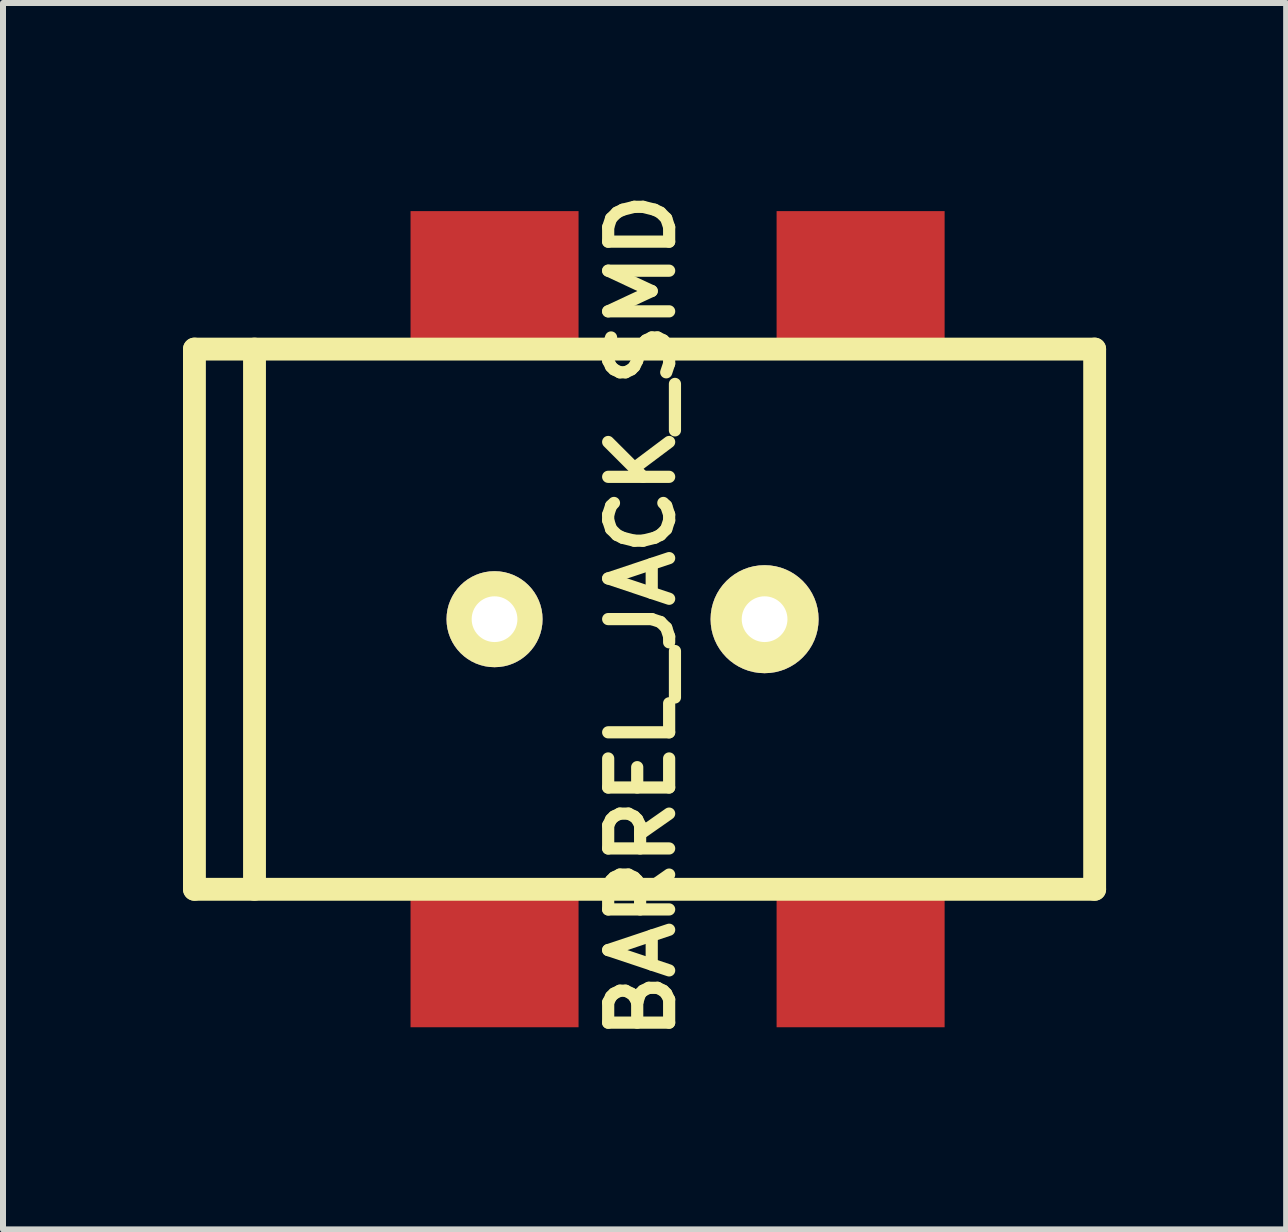
<source format=kicad_pcb>
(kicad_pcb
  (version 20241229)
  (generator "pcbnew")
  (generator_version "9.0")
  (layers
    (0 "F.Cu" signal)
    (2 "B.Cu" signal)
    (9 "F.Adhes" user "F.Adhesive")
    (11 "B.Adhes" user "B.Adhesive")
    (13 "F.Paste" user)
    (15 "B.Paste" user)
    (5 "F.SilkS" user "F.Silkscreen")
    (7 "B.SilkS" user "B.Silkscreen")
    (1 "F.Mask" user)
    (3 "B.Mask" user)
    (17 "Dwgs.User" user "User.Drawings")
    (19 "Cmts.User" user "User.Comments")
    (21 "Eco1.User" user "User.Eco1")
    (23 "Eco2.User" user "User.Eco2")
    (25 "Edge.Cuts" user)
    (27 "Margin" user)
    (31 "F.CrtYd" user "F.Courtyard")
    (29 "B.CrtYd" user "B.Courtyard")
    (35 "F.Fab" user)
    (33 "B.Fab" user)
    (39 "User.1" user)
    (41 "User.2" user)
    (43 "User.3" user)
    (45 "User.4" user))
  (footprint "BARREL_JACK_SMD"
    (layer "F.Cu")
    (at 5.191 7.268)
    (property "Reference" "BARREL_JACK_SMD" (at 2.45 -0.05 90) (layer "F.SilkS") (effects (font (size 1.016 1.016) (thickness 0.203))))
    (attr through_hole)
    (fp_line (start -5.001 -4.501) (end -5.001 4.501) (stroke (width 0.381) (type solid)) (layer "F.SilkS"))
    (fp_line (start -5 4.501) (end 10 4.501) (stroke (width 0.381) (type solid)) (layer "F.SilkS"))
    (fp_line (start -4 -4.501) (end -4 4.501) (stroke (width 0.381) (type solid)) (layer "F.SilkS"))
    (fp_line (start 10 -4.501) (end -5 -4.501) (stroke (width 0.381) (type solid)) (layer "F.SilkS"))
    (fp_line (start 10 4.501) (end 10 -4.501) (stroke (width 0.381) (type solid)) (layer "F.SilkS"))
    (pad "" np_thru_hole circle (at 0 0) (size 1.6 1.6) (drill 0.762) (layers "*.Cu" "*.Mask" "F.SilkS"))
    (pad "" np_thru_hole circle (at 4.5 0) (size 1.8 1.8) (drill 0.762) (layers "*.Cu" "*.Mask" "F.SilkS"))
    (pad "1" smd rect (at 0 -5.6) (size 2.8 2.4) (layers "F.Cu" "F.Mask" "F.Paste"))
    (pad "1" smd rect (at 6.1 -5.6) (size 2.8 2.4) (layers "F.Cu" "F.Mask" "F.Paste"))
    (pad "2" smd rect (at 0 5.6) (size 2.8 2.4) (layers "F.Cu" "F.Mask" "F.Paste"))
    (pad "3" smd rect (at 6.1 5.6) (size 2.8 2.4) (layers "F.Cu" "F.Mask" "F.Paste")))
  (gr_rect
    (start -3 -3)
    (end 18.382 17.437)
    (stroke (width 0.1) (type default))
    (fill no)
    (layer "Edge.Cuts")))
</source>
